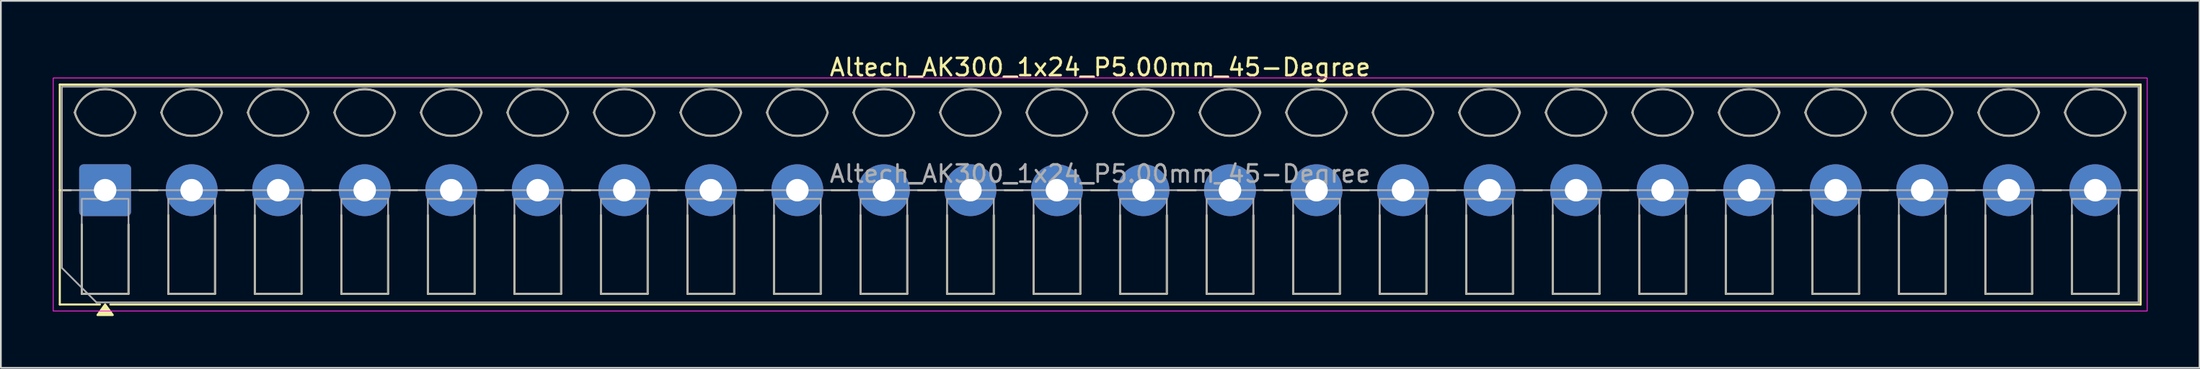
<source format=kicad_pcb>
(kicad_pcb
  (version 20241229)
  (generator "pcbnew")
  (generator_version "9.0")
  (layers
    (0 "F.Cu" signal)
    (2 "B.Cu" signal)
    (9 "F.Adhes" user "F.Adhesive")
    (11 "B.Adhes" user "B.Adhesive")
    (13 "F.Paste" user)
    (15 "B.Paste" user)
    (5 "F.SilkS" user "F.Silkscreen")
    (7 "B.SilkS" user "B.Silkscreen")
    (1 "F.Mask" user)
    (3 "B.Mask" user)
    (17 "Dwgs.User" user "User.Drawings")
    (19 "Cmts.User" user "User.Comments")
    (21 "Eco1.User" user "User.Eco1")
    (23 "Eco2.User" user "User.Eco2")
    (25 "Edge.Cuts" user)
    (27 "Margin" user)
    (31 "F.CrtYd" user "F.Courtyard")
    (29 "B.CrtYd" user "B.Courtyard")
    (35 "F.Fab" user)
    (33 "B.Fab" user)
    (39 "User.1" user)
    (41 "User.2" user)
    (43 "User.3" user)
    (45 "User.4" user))
  (footprint "Altech_AK300_1x24_P5.00mm_45-Degree"
    (layer "F.Cu")
    (at 3.025 7.968)
    (property "Reference" "Altech_AK300_1x24_P5.00mm_45-Degree" (at 57.5 -7.12 0) (layer "F.SilkS") (effects (font (size 1 1) (thickness 0.15))))
    (attr through_hole)
    (fp_line (start -2.62 -6.12) (end 117.62 -6.12) (stroke (width 0.12) (type solid)) (layer "F.SilkS"))
    (fp_line (start -2.62 0) (end -1.98 0) (stroke (width 0.12) (type solid)) (layer "F.SilkS"))
    (fp_line (start -2.62 6.62) (end -2.62 -6.12) (stroke (width 0.12) (type solid)) (layer "F.SilkS"))
    (fp_line (start -1.35 6) (end -1.35 1.98) (stroke (width 0.12) (type solid)) (layer "F.SilkS"))
    (fp_line (start -0.3 6.62) (end -2.62 6.62) (stroke (width 0.12) (type solid)) (layer "F.SilkS"))
    (fp_line (start 1.35 1.98) (end 1.35 6) (stroke (width 0.12) (type solid)) (layer "F.SilkS"))
    (fp_line (start 1.35 6) (end -1.35 6) (stroke (width 0.12) (type solid)) (layer "F.SilkS"))
    (fp_line (start 1.98 0) (end 3.02 0) (stroke (width 0.12) (type solid)) (layer "F.SilkS"))
    (fp_line (start 3.65 6) (end 3.65 1.448) (stroke (width 0.12) (type solid)) (layer "F.SilkS"))
    (fp_line (start 6.35 1.448) (end 6.35 6) (stroke (width 0.12) (type solid)) (layer "F.SilkS"))
    (fp_line (start 6.35 6) (end 3.65 6) (stroke (width 0.12) (type solid)) (layer "F.SilkS"))
    (fp_line (start 6.98 0) (end 8.02 0) (stroke (width 0.12) (type solid)) (layer "F.SilkS"))
    (fp_line (start 8.65 6) (end 8.65 1.448) (stroke (width 0.12) (type solid)) (layer "F.SilkS"))
    (fp_line (start 11.35 1.448) (end 11.35 6) (stroke (width 0.12) (type solid)) (layer "F.SilkS"))
    (fp_line (start 11.35 6) (end 8.65 6) (stroke (width 0.12) (type solid)) (layer "F.SilkS"))
    (fp_line (start 11.98 0) (end 13.02 0) (stroke (width 0.12) (type solid)) (layer "F.SilkS"))
    (fp_line (start 13.65 6) (end 13.65 1.448) (stroke (width 0.12) (type solid)) (layer "F.SilkS"))
    (fp_line (start 16.35 1.448) (end 16.35 6) (stroke (width 0.12) (type solid)) (layer "F.SilkS"))
    (fp_line (start 16.35 6) (end 13.65 6) (stroke (width 0.12) (type solid)) (layer "F.SilkS"))
    (fp_line (start 16.98 0) (end 18.02 0) (stroke (width 0.12) (type solid)) (layer "F.SilkS"))
    (fp_line (start 18.65 6) (end 18.65 1.448) (stroke (width 0.12) (type solid)) (layer "F.SilkS"))
    (fp_line (start 21.35 1.448) (end 21.35 6) (stroke (width 0.12) (type solid)) (layer "F.SilkS"))
    (fp_line (start 21.35 6) (end 18.65 6) (stroke (width 0.12) (type solid)) (layer "F.SilkS"))
    (fp_line (start 21.98 0) (end 23.02 0) (stroke (width 0.12) (type solid)) (layer "F.SilkS"))
    (fp_line (start 23.65 6) (end 23.65 1.448) (stroke (width 0.12) (type solid)) (layer "F.SilkS"))
    (fp_line (start 26.35 1.448) (end 26.35 6) (stroke (width 0.12) (type solid)) (layer "F.SilkS"))
    (fp_line (start 26.35 6) (end 23.65 6) (stroke (width 0.12) (type solid)) (layer "F.SilkS"))
    (fp_line (start 26.98 0) (end 28.02 0) (stroke (width 0.12) (type solid)) (layer "F.SilkS"))
    (fp_line (start 28.65 6) (end 28.65 1.448) (stroke (width 0.12) (type solid)) (layer "F.SilkS"))
    (fp_line (start 31.35 1.448) (end 31.35 6) (stroke (width 0.12) (type solid)) (layer "F.SilkS"))
    (fp_line (start 31.35 6) (end 28.65 6) (stroke (width 0.12) (type solid)) (layer "F.SilkS"))
    (fp_line (start 31.98 0) (end 33.02 0) (stroke (width 0.12) (type solid)) (layer "F.SilkS"))
    (fp_line (start 33.65 6) (end 33.65 1.448) (stroke (width 0.12) (type solid)) (layer "F.SilkS"))
    (fp_line (start 36.35 1.448) (end 36.35 6) (stroke (width 0.12) (type solid)) (layer "F.SilkS"))
    (fp_line (start 36.35 6) (end 33.65 6) (stroke (width 0.12) (type solid)) (layer "F.SilkS"))
    (fp_line (start 36.98 0) (end 38.02 0) (stroke (width 0.12) (type solid)) (layer "F.SilkS"))
    (fp_line (start 38.65 6) (end 38.65 1.448) (stroke (width 0.12) (type solid)) (layer "F.SilkS"))
    (fp_line (start 41.35 1.448) (end 41.35 6) (stroke (width 0.12) (type solid)) (layer "F.SilkS"))
    (fp_line (start 41.35 6) (end 38.65 6) (stroke (width 0.12) (type solid)) (layer "F.SilkS"))
    (fp_line (start 41.98 0) (end 43.02 0) (stroke (width 0.12) (type solid)) (layer "F.SilkS"))
    (fp_line (start 43.65 6) (end 43.65 1.448) (stroke (width 0.12) (type solid)) (layer "F.SilkS"))
    (fp_line (start 46.35 1.448) (end 46.35 6) (stroke (width 0.12) (type solid)) (layer "F.SilkS"))
    (fp_line (start 46.35 6) (end 43.65 6) (stroke (width 0.12) (type solid)) (layer "F.SilkS"))
    (fp_line (start 46.98 0) (end 48.02 0) (stroke (width 0.12) (type solid)) (layer "F.SilkS"))
    (fp_line (start 48.65 6) (end 48.65 1.448) (stroke (width 0.12) (type solid)) (layer "F.SilkS"))
    (fp_line (start 51.35 1.448) (end 51.35 6) (stroke (width 0.12) (type solid)) (layer "F.SilkS"))
    (fp_line (start 51.35 6) (end 48.65 6) (stroke (width 0.12) (type solid)) (layer "F.SilkS"))
    (fp_line (start 51.98 0) (end 53.02 0) (stroke (width 0.12) (type solid)) (layer "F.SilkS"))
    (fp_line (start 53.65 6) (end 53.65 1.448) (stroke (width 0.12) (type solid)) (layer "F.SilkS"))
    (fp_line (start 56.35 1.448) (end 56.35 6) (stroke (width 0.12) (type solid)) (layer "F.SilkS"))
    (fp_line (start 56.35 6) (end 53.65 6) (stroke (width 0.12) (type solid)) (layer "F.SilkS"))
    (fp_line (start 56.98 0) (end 58.02 0) (stroke (width 0.12) (type solid)) (layer "F.SilkS"))
    (fp_line (start 58.65 6) (end 58.65 1.448) (stroke (width 0.12) (type solid)) (layer "F.SilkS"))
    (fp_line (start 61.35 1.448) (end 61.35 6) (stroke (width 0.12) (type solid)) (layer "F.SilkS"))
    (fp_line (start 61.35 6) (end 58.65 6) (stroke (width 0.12) (type solid)) (layer "F.SilkS"))
    (fp_line (start 61.98 0) (end 63.02 0) (stroke (width 0.12) (type solid)) (layer "F.SilkS"))
    (fp_line (start 63.65 6) (end 63.65 1.448) (stroke (width 0.12) (type solid)) (layer "F.SilkS"))
    (fp_line (start 66.35 1.448) (end 66.35 6) (stroke (width 0.12) (type solid)) (layer "F.SilkS"))
    (fp_line (start 66.35 6) (end 63.65 6) (stroke (width 0.12) (type solid)) (layer "F.SilkS"))
    (fp_line (start 66.98 0) (end 68.02 0) (stroke (width 0.12) (type solid)) (layer "F.SilkS"))
    (fp_line (start 68.65 6) (end 68.65 1.448) (stroke (width 0.12) (type solid)) (layer "F.SilkS"))
    (fp_line (start 71.35 1.448) (end 71.35 6) (stroke (width 0.12) (type solid)) (layer "F.SilkS"))
    (fp_line (start 71.35 6) (end 68.65 6) (stroke (width 0.12) (type solid)) (layer "F.SilkS"))
    (fp_line (start 71.98 0) (end 73.02 0) (stroke (width 0.12) (type solid)) (layer "F.SilkS"))
    (fp_line (start 73.65 6) (end 73.65 1.448) (stroke (width 0.12) (type solid)) (layer "F.SilkS"))
    (fp_line (start 76.35 1.448) (end 76.35 6) (stroke (width 0.12) (type solid)) (layer "F.SilkS"))
    (fp_line (start 76.35 6) (end 73.65 6) (stroke (width 0.12) (type solid)) (layer "F.SilkS"))
    (fp_line (start 76.98 0) (end 78.02 0) (stroke (width 0.12) (type solid)) (layer "F.SilkS"))
    (fp_line (start 78.65 6) (end 78.65 1.448) (stroke (width 0.12) (type solid)) (layer "F.SilkS"))
    (fp_line (start 81.35 1.448) (end 81.35 6) (stroke (width 0.12) (type solid)) (layer "F.SilkS"))
    (fp_line (start 81.35 6) (end 78.65 6) (stroke (width 0.12) (type solid)) (layer "F.SilkS"))
    (fp_line (start 81.98 0) (end 83.02 0) (stroke (width 0.12) (type solid)) (layer "F.SilkS"))
    (fp_line (start 83.65 6) (end 83.65 1.448) (stroke (width 0.12) (type solid)) (layer "F.SilkS"))
    (fp_line (start 86.35 1.448) (end 86.35 6) (stroke (width 0.12) (type solid)) (layer "F.SilkS"))
    (fp_line (start 86.35 6) (end 83.65 6) (stroke (width 0.12) (type solid)) (layer "F.SilkS"))
    (fp_line (start 86.98 0) (end 88.02 0) (stroke (width 0.12) (type solid)) (layer "F.SilkS"))
    (fp_line (start 88.65 6) (end 88.65 1.448) (stroke (width 0.12) (type solid)) (layer "F.SilkS"))
    (fp_line (start 91.35 1.448) (end 91.35 6) (stroke (width 0.12) (type solid)) (layer "F.SilkS"))
    (fp_line (start 91.35 6) (end 88.65 6) (stroke (width 0.12) (type solid)) (layer "F.SilkS"))
    (fp_line (start 91.98 0) (end 93.02 0) (stroke (width 0.12) (type solid)) (layer "F.SilkS"))
    (fp_line (start 93.65 6) (end 93.65 1.448) (stroke (width 0.12) (type solid)) (layer "F.SilkS"))
    (fp_line (start 96.35 1.448) (end 96.35 6) (stroke (width 0.12) (type solid)) (layer "F.SilkS"))
    (fp_line (start 96.35 6) (end 93.65 6) (stroke (width 0.12) (type solid)) (layer "F.SilkS"))
    (fp_line (start 96.98 0) (end 98.02 0) (stroke (width 0.12) (type solid)) (layer "F.SilkS"))
    (fp_line (start 98.65 6) (end 98.65 1.448) (stroke (width 0.12) (type solid)) (layer "F.SilkS"))
    (fp_line (start 101.35 1.448) (end 101.35 6) (stroke (width 0.12) (type solid)) (layer "F.SilkS"))
    (fp_line (start 101.35 6) (end 98.65 6) (stroke (width 0.12) (type solid)) (layer "F.SilkS"))
    (fp_line (start 101.98 0) (end 103.02 0) (stroke (width 0.12) (type solid)) (layer "F.SilkS"))
    (fp_line (start 103.65 6) (end 103.65 1.448) (stroke (width 0.12) (type solid)) (layer "F.SilkS"))
    (fp_line (start 106.35 1.448) (end 106.35 6) (stroke (width 0.12) (type solid)) (layer "F.SilkS"))
    (fp_line (start 106.35 6) (end 103.65 6) (stroke (width 0.12) (type solid)) (layer "F.SilkS"))
    (fp_line (start 106.98 0) (end 108.02 0) (stroke (width 0.12) (type solid)) (layer "F.SilkS"))
    (fp_line (start 108.65 6) (end 108.65 1.448) (stroke (width 0.12) (type solid)) (layer "F.SilkS"))
    (fp_line (start 111.35 1.448) (end 111.35 6) (stroke (width 0.12) (type solid)) (layer "F.SilkS"))
    (fp_line (start 111.35 6) (end 108.65 6) (stroke (width 0.12) (type solid)) (layer "F.SilkS"))
    (fp_line (start 111.98 0) (end 113.02 0) (stroke (width 0.12) (type solid)) (layer "F.SilkS"))
    (fp_line (start 113.65 6) (end 113.65 1.448) (stroke (width 0.12) (type solid)) (layer "F.SilkS"))
    (fp_line (start 116.35 1.448) (end 116.35 6) (stroke (width 0.12) (type solid)) (layer "F.SilkS"))
    (fp_line (start 116.35 6) (end 113.65 6) (stroke (width 0.12) (type solid)) (layer "F.SilkS"))
    (fp_line (start 116.98 0) (end 117.62 0) (stroke (width 0.12) (type solid)) (layer "F.SilkS"))
    (fp_line (start 117.62 -6.12) (end 117.62 6.62) (stroke (width 0.12) (type solid)) (layer "F.SilkS"))
    (fp_line (start 117.62 6.62) (end 0.3 6.62) (stroke (width 0.12) (type solid)) (layer "F.SilkS"))
    (fp_arc (start -1.75 -4.5) (mid 0 -5.85) (end 1.75 -4.5) (stroke (width 0.12) (type solid)) (layer "F.SilkS"))
    (fp_arc (start 1.75 -4.5) (mid 0 -3.15) (end -1.75 -4.5) (stroke (width 0.12) (type solid)) (layer "F.SilkS"))
    (fp_arc (start 3.25 -4.5) (mid 5 -5.85) (end 6.75 -4.5) (stroke (width 0.12) (type solid)) (layer "F.SilkS"))
    (fp_arc (start 6.75 -4.5) (mid 5 -3.15) (end 3.25 -4.5) (stroke (width 0.12) (type solid)) (layer "F.SilkS"))
    (fp_arc (start 8.25 -4.5) (mid 10 -5.85) (end 11.75 -4.5) (stroke (width 0.12) (type solid)) (layer "F.SilkS"))
    (fp_arc (start 11.75 -4.5) (mid 10 -3.15) (end 8.25 -4.5) (stroke (width 0.12) (type solid)) (layer "F.SilkS"))
    (fp_arc (start 13.25 -4.5) (mid 15 -5.85) (end 16.75 -4.5) (stroke (width 0.12) (type solid)) (layer "F.SilkS"))
    (fp_arc (start 16.75 -4.5) (mid 15 -3.15) (end 13.25 -4.5) (stroke (width 0.12) (type solid)) (layer "F.SilkS"))
    (fp_arc (start 18.25 -4.5) (mid 20 -5.85) (end 21.75 -4.5) (stroke (width 0.12) (type solid)) (layer "F.SilkS"))
    (fp_arc (start 21.75 -4.5) (mid 20 -3.15) (end 18.25 -4.5) (stroke (width 0.12) (type solid)) (layer "F.SilkS"))
    (fp_arc (start 23.25 -4.5) (mid 25 -5.85) (end 26.75 -4.5) (stroke (width 0.12) (type solid)) (layer "F.SilkS"))
    (fp_arc (start 26.75 -4.5) (mid 25 -3.15) (end 23.25 -4.5) (stroke (width 0.12) (type solid)) (layer "F.SilkS"))
    (fp_arc (start 28.25 -4.5) (mid 30 -5.85) (end 31.75 -4.5) (stroke (width 0.12) (type solid)) (layer "F.SilkS"))
    (fp_arc (start 31.75 -4.5) (mid 30 -3.15) (end 28.25 -4.5) (stroke (width 0.12) (type solid)) (layer "F.SilkS"))
    (fp_arc (start 33.25 -4.5) (mid 35 -5.85) (end 36.75 -4.5) (stroke (width 0.12) (type solid)) (layer "F.SilkS"))
    (fp_arc (start 36.75 -4.5) (mid 35 -3.15) (end 33.25 -4.5) (stroke (width 0.12) (type solid)) (layer "F.SilkS"))
    (fp_arc (start 38.25 -4.5) (mid 40 -5.85) (end 41.75 -4.5) (stroke (width 0.12) (type solid)) (layer "F.SilkS"))
    (fp_arc (start 41.75 -4.5) (mid 40 -3.15) (end 38.25 -4.5) (stroke (width 0.12) (type solid)) (layer "F.SilkS"))
    (fp_arc (start 43.25 -4.5) (mid 45 -5.85) (end 46.75 -4.5) (stroke (width 0.12) (type solid)) (layer "F.SilkS"))
    (fp_arc (start 46.75 -4.5) (mid 45 -3.15) (end 43.25 -4.5) (stroke (width 0.12) (type solid)) (layer "F.SilkS"))
    (fp_arc (start 48.25 -4.5) (mid 50 -5.85) (end 51.75 -4.5) (stroke (width 0.12) (type solid)) (layer "F.SilkS"))
    (fp_arc (start 51.75 -4.5) (mid 50 -3.15) (end 48.25 -4.5) (stroke (width 0.12) (type solid)) (layer "F.SilkS"))
    (fp_arc (start 53.25 -4.5) (mid 55 -5.85) (end 56.75 -4.5) (stroke (width 0.12) (type solid)) (layer "F.SilkS"))
    (fp_arc (start 56.75 -4.5) (mid 55 -3.15) (end 53.25 -4.5) (stroke (width 0.12) (type solid)) (layer "F.SilkS"))
    (fp_arc (start 58.25 -4.5) (mid 60 -5.85) (end 61.75 -4.5) (stroke (width 0.12) (type solid)) (layer "F.SilkS"))
    (fp_arc (start 61.75 -4.5) (mid 60 -3.15) (end 58.25 -4.5) (stroke (width 0.12) (type solid)) (layer "F.SilkS"))
    (fp_arc (start 63.25 -4.5) (mid 65 -5.85) (end 66.75 -4.5) (stroke (width 0.12) (type solid)) (layer "F.SilkS"))
    (fp_arc (start 66.75 -4.5) (mid 65 -3.15) (end 63.25 -4.5) (stroke (width 0.12) (type solid)) (layer "F.SilkS"))
    (fp_arc (start 68.25 -4.5) (mid 70 -5.85) (end 71.75 -4.5) (stroke (width 0.12) (type solid)) (layer "F.SilkS"))
    (fp_arc (start 71.75 -4.5) (mid 70 -3.15) (end 68.25 -4.5) (stroke (width 0.12) (type solid)) (layer "F.SilkS"))
    (fp_arc (start 73.25 -4.5) (mid 75 -5.85) (end 76.75 -4.5) (stroke (width 0.12) (type solid)) (layer "F.SilkS"))
    (fp_arc (start 76.75 -4.5) (mid 75 -3.15) (end 73.25 -4.5) (stroke (width 0.12) (type solid)) (layer "F.SilkS"))
    (fp_arc (start 78.25 -4.5) (mid 80 -5.85) (end 81.75 -4.5) (stroke (width 0.12) (type solid)) (layer "F.SilkS"))
    (fp_arc (start 81.75 -4.5) (mid 80 -3.15) (end 78.25 -4.5) (stroke (width 0.12) (type solid)) (layer "F.SilkS"))
    (fp_arc (start 83.25 -4.5) (mid 85 -5.85) (end 86.75 -4.5) (stroke (width 0.12) (type solid)) (layer "F.SilkS"))
    (fp_arc (start 86.75 -4.5) (mid 85 -3.15) (end 83.25 -4.5) (stroke (width 0.12) (type solid)) (layer "F.SilkS"))
    (fp_arc (start 88.25 -4.5) (mid 90 -5.85) (end 91.75 -4.5) (stroke (width 0.12) (type solid)) (layer "F.SilkS"))
    (fp_arc (start 91.75 -4.5) (mid 90 -3.15) (end 88.25 -4.5) (stroke (width 0.12) (type solid)) (layer "F.SilkS"))
    (fp_arc (start 93.25 -4.5) (mid 95 -5.85) (end 96.75 -4.5) (stroke (width 0.12) (type solid)) (layer "F.SilkS"))
    (fp_arc (start 96.75 -4.5) (mid 95 -3.15) (end 93.25 -4.5) (stroke (width 0.12) (type solid)) (layer "F.SilkS"))
    (fp_arc (start 98.25 -4.5) (mid 100 -5.85) (end 101.75 -4.5) (stroke (width 0.12) (type solid)) (layer "F.SilkS"))
    (fp_arc (start 101.75 -4.5) (mid 100 -3.15) (end 98.25 -4.5) (stroke (width 0.12) (type solid)) (layer "F.SilkS"))
    (fp_arc (start 103.25 -4.5) (mid 105 -5.85) (end 106.75 -4.5) (stroke (width 0.12) (type solid)) (layer "F.SilkS"))
    (fp_arc (start 106.75 -4.5) (mid 105 -3.15) (end 103.25 -4.5) (stroke (width 0.12) (type solid)) (layer "F.SilkS"))
    (fp_arc (start 108.25 -4.5) (mid 110 -5.85) (end 111.75 -4.5) (stroke (width 0.12) (type solid)) (layer "F.SilkS"))
    (fp_arc (start 111.75 -4.5) (mid 110 -3.15) (end 108.25 -4.5) (stroke (width 0.12) (type solid)) (layer "F.SilkS"))
    (fp_arc (start 113.25 -4.5) (mid 115 -5.85) (end 116.75 -4.5) (stroke (width 0.12) (type solid)) (layer "F.SilkS"))
    (fp_arc (start 116.75 -4.5) (mid 115 -3.15) (end 113.25 -4.5) (stroke (width 0.12) (type solid)) (layer "F.SilkS"))
    (fp_poly (pts (xy 0 6.62) (xy 0.44 7.23) (xy -0.44 7.23)) (stroke (width 0.12) (type solid)) (fill yes) (layer "F.SilkS"))
    (fp_rect (start -3 -6.5) (end 118 7) (stroke (width 0.05) (type solid)) (fill no) (layer "F.CrtYd"))
    (fp_line (start -2.5 -6) (end 117.5 -6) (stroke (width 0.1) (type solid)) (layer "F.Fab"))
    (fp_line (start -2.5 0) (end 117.5 0) (stroke (width 0.1) (type solid)) (layer "F.Fab"))
    (fp_line (start -2.5 4.5) (end -2.5 -6) (stroke (width 0.1) (type solid)) (layer "F.Fab"))
    (fp_line (start -0.5 6.5) (end -2.5 4.5) (stroke (width 0.1) (type solid)) (layer "F.Fab"))
    (fp_line (start 117.5 -6) (end 117.5 6.5) (stroke (width 0.1) (type solid)) (layer "F.Fab"))
    (fp_line (start 117.5 6.5) (end -0.5 6.5) (stroke (width 0.1) (type solid)) (layer "F.Fab"))
    (fp_rect (start -1.35 0.5) (end 1.35 6) (stroke (width 0.1) (type solid)) (fill no) (layer "F.Fab"))
    (fp_rect (start 3.65 0.5) (end 6.35 6) (stroke (width 0.1) (type solid)) (fill no) (layer "F.Fab"))
    (fp_rect (start 8.65 0.5) (end 11.351 6) (stroke (width 0.1) (type solid)) (fill no) (layer "F.Fab"))
    (fp_rect (start 13.65 0.5) (end 16.351 6) (stroke (width 0.1) (type solid)) (fill no) (layer "F.Fab"))
    (fp_rect (start 18.65 0.5) (end 21.35 6) (stroke (width 0.1) (type solid)) (fill no) (layer "F.Fab"))
    (fp_rect (start 23.65 0.5) (end 26.35 6) (stroke (width 0.1) (type solid)) (fill no) (layer "F.Fab"))
    (fp_rect (start 28.65 0.5) (end 31.35 6) (stroke (width 0.1) (type solid)) (fill no) (layer "F.Fab"))
    (fp_rect (start 33.65 0.5) (end 36.35 6) (stroke (width 0.1) (type solid)) (fill no) (layer "F.Fab"))
    (fp_rect (start 38.65 0.5) (end 41.35 6) (stroke (width 0.1) (type solid)) (fill no) (layer "F.Fab"))
    (fp_rect (start 43.65 0.5) (end 46.35 6) (stroke (width 0.1) (type solid)) (fill no) (layer "F.Fab"))
    (fp_rect (start 48.65 0.5) (end 51.35 6) (stroke (width 0.1) (type solid)) (fill no) (layer "F.Fab"))
    (fp_rect (start 53.65 0.5) (end 56.35 6) (stroke (width 0.1) (type solid)) (fill no) (layer "F.Fab"))
    (fp_rect (start 58.65 0.5) (end 61.35 6) (stroke (width 0.1) (type solid)) (fill no) (layer "F.Fab"))
    (fp_rect (start 63.65 0.5) (end 66.35 6) (stroke (width 0.1) (type solid)) (fill no) (layer "F.Fab"))
    (fp_rect (start 68.65 0.5) (end 71.35 6) (stroke (width 0.1) (type solid)) (fill no) (layer "F.Fab"))
    (fp_rect (start 73.65 0.5) (end 76.35 6) (stroke (width 0.1) (type solid)) (fill no) (layer "F.Fab"))
    (fp_rect (start 78.65 0.5) (end 81.35 6) (stroke (width 0.1) (type solid)) (fill no) (layer "F.Fab"))
    (fp_rect (start 83.65 0.5) (end 86.35 6) (stroke (width 0.1) (type solid)) (fill no) (layer "F.Fab"))
    (fp_rect (start 88.65 0.5) (end 91.35 6) (stroke (width 0.1) (type solid)) (fill no) (layer "F.Fab"))
    (fp_rect (start 93.65 0.5) (end 96.35 6) (stroke (width 0.1) (type solid)) (fill no) (layer "F.Fab"))
    (fp_rect (start 98.65 0.5) (end 101.35 6) (stroke (width 0.1) (type solid)) (fill no) (layer "F.Fab"))
    (fp_rect (start 103.65 0.5) (end 106.35 6) (stroke (width 0.1) (type solid)) (fill no) (layer "F.Fab"))
    (fp_rect (start 108.65 0.5) (end 111.35 6) (stroke (width 0.1) (type solid)) (fill no) (layer "F.Fab"))
    (fp_rect (start 113.65 0.5) (end 116.35 6) (stroke (width 0.1) (type solid)) (fill no) (layer "F.Fab"))
    (fp_arc (start -1.75 -4.5) (mid 0 -5.85) (end 1.75 -4.5) (stroke (width 0.1) (type solid)) (layer "F.Fab"))
    (fp_arc (start 1.75 -4.5) (mid 0 -3.15) (end -1.75 -4.5) (stroke (width 0.1) (type solid)) (layer "F.Fab"))
    (fp_arc (start 3.25 -4.5) (mid 5 -5.85) (end 6.75 -4.5) (stroke (width 0.1) (type solid)) (layer "F.Fab"))
    (fp_arc (start 6.75 -4.5) (mid 5 -3.15) (end 3.25 -4.5) (stroke (width 0.1) (type solid)) (layer "F.Fab"))
    (fp_arc (start 8.25 -4.5) (mid 10 -5.85) (end 11.75 -4.5) (stroke (width 0.1) (type solid)) (layer "F.Fab"))
    (fp_arc (start 11.75 -4.5) (mid 10 -3.15) (end 8.25 -4.5) (stroke (width 0.1) (type solid)) (layer "F.Fab"))
    (fp_arc (start 13.25 -4.5) (mid 15 -5.85) (end 16.75 -4.5) (stroke (width 0.1) (type solid)) (layer "F.Fab"))
    (fp_arc (start 16.75 -4.5) (mid 15 -3.15) (end 13.25 -4.5) (stroke (width 0.1) (type solid)) (layer "F.Fab"))
    (fp_arc (start 18.25 -4.5) (mid 20 -5.85) (end 21.75 -4.5) (stroke (width 0.1) (type solid)) (layer "F.Fab"))
    (fp_arc (start 21.75 -4.5) (mid 20 -3.15) (end 18.25 -4.5) (stroke (width 0.1) (type solid)) (layer "F.Fab"))
    (fp_arc (start 23.25 -4.5) (mid 25 -5.85) (end 26.75 -4.5) (stroke (width 0.1) (type solid)) (layer "F.Fab"))
    (fp_arc (start 26.75 -4.5) (mid 25 -3.15) (end 23.25 -4.5) (stroke (width 0.1) (type solid)) (layer "F.Fab"))
    (fp_arc (start 28.25 -4.5) (mid 30 -5.85) (end 31.75 -4.5) (stroke (width 0.1) (type solid)) (layer "F.Fab"))
    (fp_arc (start 31.75 -4.5) (mid 30 -3.15) (end 28.25 -4.5) (stroke (width 0.1) (type solid)) (layer "F.Fab"))
    (fp_arc (start 33.25 -4.5) (mid 35 -5.85) (end 36.75 -4.5) (stroke (width 0.1) (type solid)) (layer "F.Fab"))
    (fp_arc (start 36.75 -4.5) (mid 35 -3.15) (end 33.25 -4.5) (stroke (width 0.1) (type solid)) (layer "F.Fab"))
    (fp_arc (start 38.25 -4.5) (mid 40 -5.85) (end 41.75 -4.5) (stroke (width 0.1) (type solid)) (layer "F.Fab"))
    (fp_arc (start 41.75 -4.5) (mid 40 -3.15) (end 38.25 -4.5) (stroke (width 0.1) (type solid)) (layer "F.Fab"))
    (fp_arc (start 43.25 -4.5) (mid 45 -5.85) (end 46.75 -4.5) (stroke (width 0.1) (type solid)) (layer "F.Fab"))
    (fp_arc (start 46.75 -4.5) (mid 45 -3.15) (end 43.25 -4.5) (stroke (width 0.1) (type solid)) (layer "F.Fab"))
    (fp_arc (start 48.25 -4.5) (mid 50 -5.85) (end 51.75 -4.5) (stroke (width 0.1) (type solid)) (layer "F.Fab"))
    (fp_arc (start 51.75 -4.5) (mid 50 -3.15) (end 48.25 -4.5) (stroke (width 0.1) (type solid)) (layer "F.Fab"))
    (fp_arc (start 53.25 -4.5) (mid 55 -5.85) (end 56.75 -4.5) (stroke (width 0.1) (type solid)) (layer "F.Fab"))
    (fp_arc (start 56.75 -4.5) (mid 55 -3.15) (end 53.25 -4.5) (stroke (width 0.1) (type solid)) (layer "F.Fab"))
    (fp_arc (start 58.25 -4.5) (mid 60 -5.85) (end 61.75 -4.5) (stroke (width 0.1) (type solid)) (layer "F.Fab"))
    (fp_arc (start 61.75 -4.5) (mid 60 -3.15) (end 58.25 -4.5) (stroke (width 0.1) (type solid)) (layer "F.Fab"))
    (fp_arc (start 63.25 -4.5) (mid 65 -5.85) (end 66.75 -4.5) (stroke (width 0.1) (type solid)) (layer "F.Fab"))
    (fp_arc (start 66.75 -4.5) (mid 65 -3.15) (end 63.25 -4.5) (stroke (width 0.1) (type solid)) (layer "F.Fab"))
    (fp_arc (start 68.25 -4.5) (mid 70 -5.85) (end 71.75 -4.5) (stroke (width 0.1) (type solid)) (layer "F.Fab"))
    (fp_arc (start 71.75 -4.5) (mid 70 -3.15) (end 68.25 -4.5) (stroke (width 0.1) (type solid)) (layer "F.Fab"))
    (fp_arc (start 73.25 -4.5) (mid 75 -5.85) (end 76.75 -4.5) (stroke (width 0.1) (type solid)) (layer "F.Fab"))
    (fp_arc (start 76.75 -4.5) (mid 75 -3.15) (end 73.25 -4.5) (stroke (width 0.1) (type solid)) (layer "F.Fab"))
    (fp_arc (start 78.25 -4.5) (mid 80 -5.85) (end 81.75 -4.5) (stroke (width 0.1) (type solid)) (layer "F.Fab"))
    (fp_arc (start 81.75 -4.5) (mid 80 -3.15) (end 78.25 -4.5) (stroke (width 0.1) (type solid)) (layer "F.Fab"))
    (fp_arc (start 83.25 -4.5) (mid 85 -5.85) (end 86.75 -4.5) (stroke (width 0.1) (type solid)) (layer "F.Fab"))
    (fp_arc (start 86.75 -4.5) (mid 85 -3.15) (end 83.25 -4.5) (stroke (width 0.1) (type solid)) (layer "F.Fab"))
    (fp_arc (start 88.25 -4.5) (mid 90 -5.85) (end 91.75 -4.5) (stroke (width 0.1) (type solid)) (layer "F.Fab"))
    (fp_arc (start 91.75 -4.5) (mid 90 -3.15) (end 88.25 -4.5) (stroke (width 0.1) (type solid)) (layer "F.Fab"))
    (fp_arc (start 93.25 -4.5) (mid 95 -5.85) (end 96.75 -4.5) (stroke (width 0.1) (type solid)) (layer "F.Fab"))
    (fp_arc (start 96.75 -4.5) (mid 95 -3.15) (end 93.25 -4.5) (stroke (width 0.1) (type solid)) (layer "F.Fab"))
    (fp_arc (start 98.25 -4.5) (mid 100 -5.85) (end 101.75 -4.5) (stroke (width 0.1) (type solid)) (layer "F.Fab"))
    (fp_arc (start 101.75 -4.5) (mid 100 -3.15) (end 98.25 -4.5) (stroke (width 0.1) (type solid)) (layer "F.Fab"))
    (fp_arc (start 103.25 -4.5) (mid 105 -5.85) (end 106.75 -4.5) (stroke (width 0.1) (type solid)) (layer "F.Fab"))
    (fp_arc (start 106.75 -4.5) (mid 105 -3.15) (end 103.25 -4.5) (stroke (width 0.1) (type solid)) (layer "F.Fab"))
    (fp_arc (start 108.25 -4.5) (mid 110 -5.85) (end 111.75 -4.5) (stroke (width 0.1) (type solid)) (layer "F.Fab"))
    (fp_arc (start 111.75 -4.5) (mid 110 -3.15) (end 108.25 -4.5) (stroke (width 0.1) (type solid)) (layer "F.Fab"))
    (fp_arc (start 113.25 -4.5) (mid 115 -5.85) (end 116.75 -4.5) (stroke (width 0.1) (type solid)) (layer "F.Fab"))
    (fp_arc (start 116.75 -4.5) (mid 115 -3.15) (end 113.25 -4.5) (stroke (width 0.1) (type solid)) (layer "F.Fab"))
    (fp_text user "${REFERENCE}" (at 57.5 -0.95 0) (layer "F.Fab") (effects (font (size 1 1) (thickness 0.15))))
    (pad "1" thru_hole roundrect (at 0 0) (size 3 3) (drill 1.3) (layers "*.Cu" "*.Mask") (roundrect_rratio 0.083))
    (pad "2" thru_hole circle (at 5 0) (size 3 3) (drill 1.3) (layers "*.Cu" "*.Mask"))
    (pad "3" thru_hole circle (at 10 0) (size 3 3) (drill 1.3) (layers "*.Cu" "*.Mask"))
    (pad "4" thru_hole circle (at 15 0) (size 3 3) (drill 1.3) (layers "*.Cu" "*.Mask"))
    (pad "5" thru_hole circle (at 20 0) (size 3 3) (drill 1.3) (layers "*.Cu" "*.Mask"))
    (pad "6" thru_hole circle (at 25 0) (size 3 3) (drill 1.3) (layers "*.Cu" "*.Mask"))
    (pad "7" thru_hole circle (at 30 0) (size 3 3) (drill 1.3) (layers "*.Cu" "*.Mask"))
    (pad "8" thru_hole circle (at 35 0) (size 3 3) (drill 1.3) (layers "*.Cu" "*.Mask"))
    (pad "9" thru_hole circle (at 40 0) (size 3 3) (drill 1.3) (layers "*.Cu" "*.Mask"))
    (pad "10" thru_hole circle (at 45 0) (size 3 3) (drill 1.3) (layers "*.Cu" "*.Mask"))
    (pad "11" thru_hole circle (at 50 0) (size 3 3) (drill 1.3) (layers "*.Cu" "*.Mask"))
    (pad "12" thru_hole circle (at 55 0) (size 3 3) (drill 1.3) (layers "*.Cu" "*.Mask"))
    (pad "13" thru_hole circle (at 60 0) (size 3 3) (drill 1.3) (layers "*.Cu" "*.Mask"))
    (pad "14" thru_hole circle (at 65 0) (size 3 3) (drill 1.3) (layers "*.Cu" "*.Mask"))
    (pad "15" thru_hole circle (at 70 0) (size 3 3) (drill 1.3) (layers "*.Cu" "*.Mask"))
    (pad "16" thru_hole circle (at 75 0) (size 3 3) (drill 1.3) (layers "*.Cu" "*.Mask"))
    (pad "17" thru_hole circle (at 80 0) (size 3 3) (drill 1.3) (layers "*.Cu" "*.Mask"))
    (pad "18" thru_hole circle (at 85 0) (size 3 3) (drill 1.3) (layers "*.Cu" "*.Mask"))
    (pad "19" thru_hole circle (at 90 0) (size 3 3) (drill 1.3) (layers "*.Cu" "*.Mask"))
    (pad "20" thru_hole circle (at 95 0) (size 3 3) (drill 1.3) (layers "*.Cu" "*.Mask"))
    (pad "21" thru_hole circle (at 100 0) (size 3 3) (drill 1.3) (layers "*.Cu" "*.Mask"))
    (pad "22" thru_hole circle (at 105 0) (size 3 3) (drill 1.3) (layers "*.Cu" "*.Mask"))
    (pad "23" thru_hole circle (at 110 0) (size 3 3) (drill 1.3) (layers "*.Cu" "*.Mask"))
    (pad "24" thru_hole circle (at 115 0) (size 3 3) (drill 1.3) (layers "*.Cu" "*.Mask")))
  (gr_rect
    (start -3 -3)
    (end 124.05 18.258)
    (stroke (width 0.1) (type default))
    (fill no)
    (layer "Edge.Cuts")))
</source>
